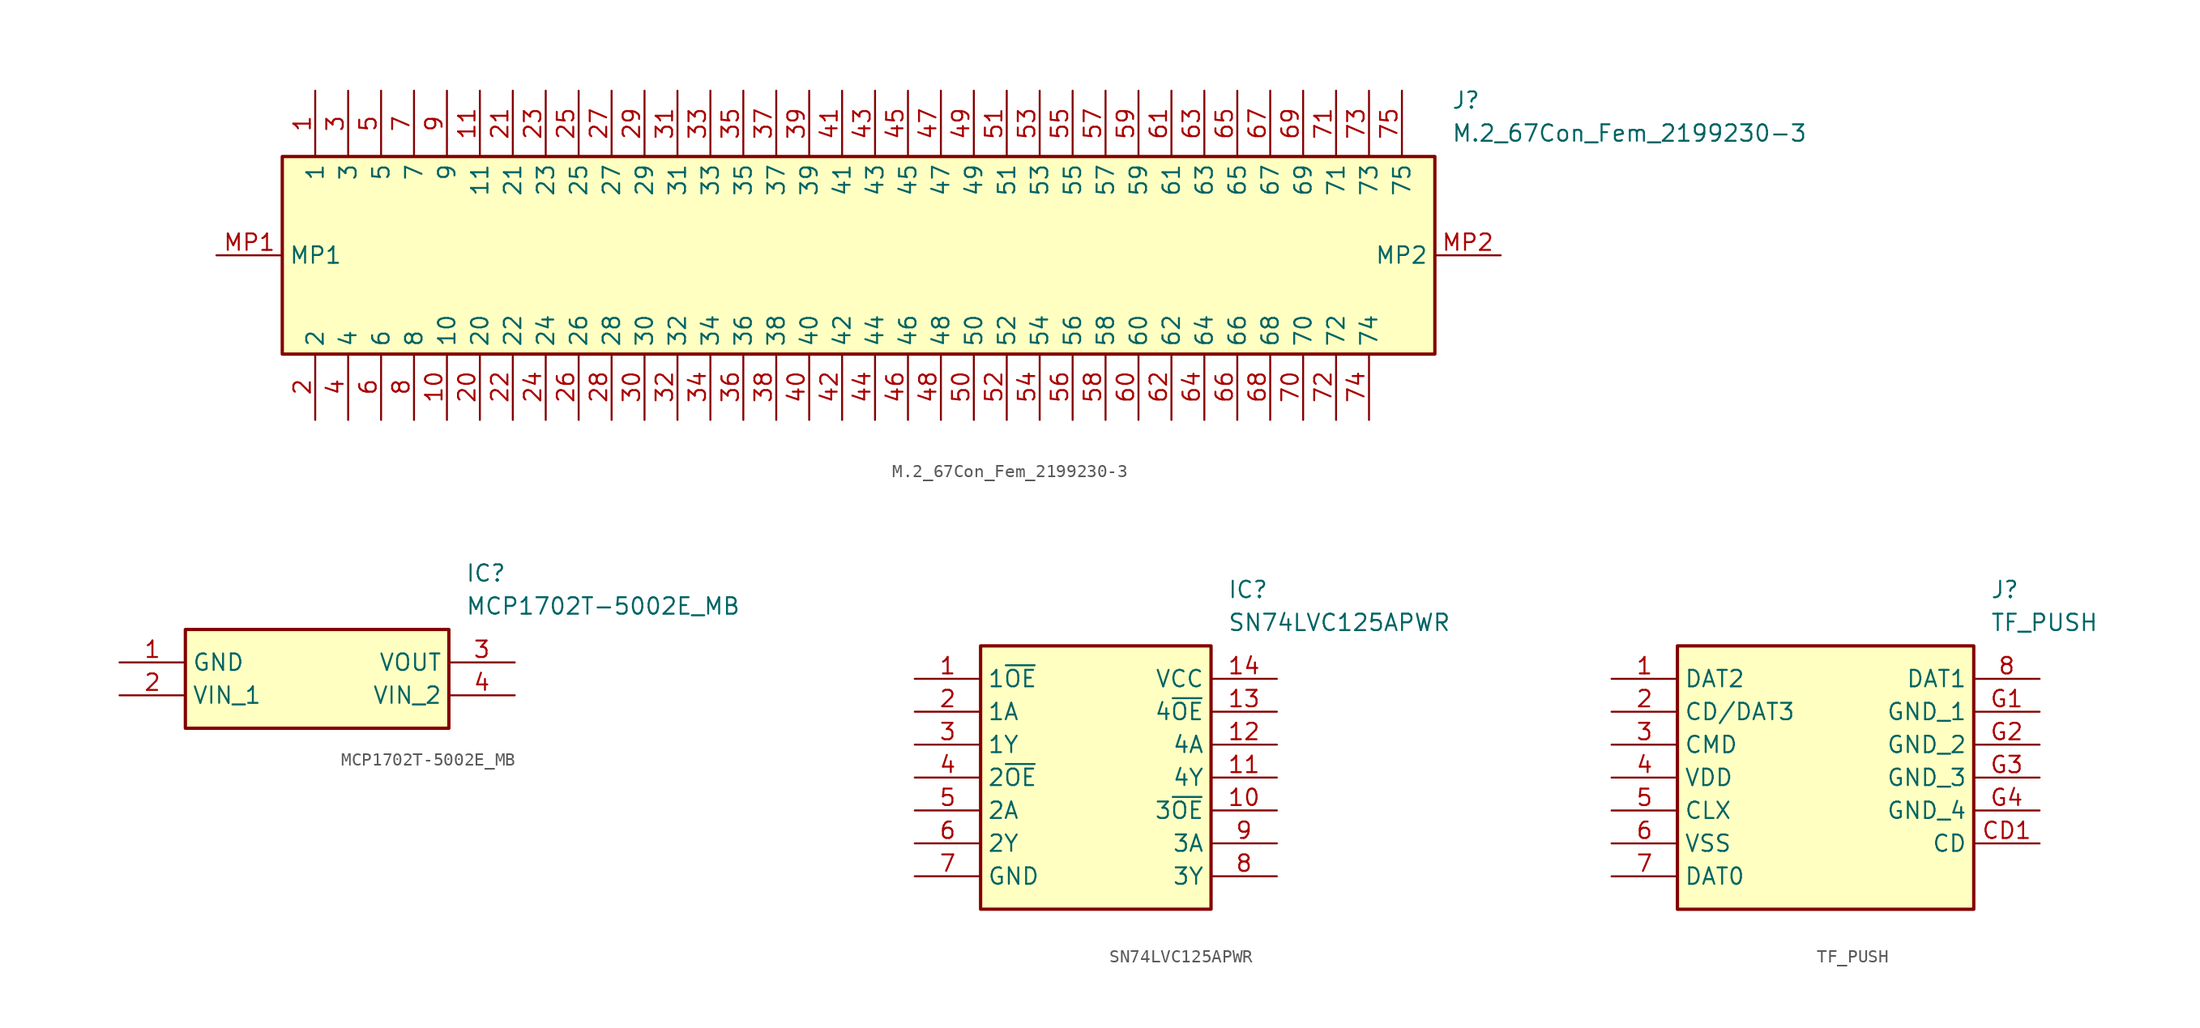
<source format=kicad_sym>
(kicad_symbol_lib
  (version 20231120)
  (generator "kicad_symbol_editor")
  (generator_version "8.0")
  (symbol "M.2_67Con_Fem_2199230-3"
    (property "Reference" "J"
      (at 95.25 12.7 0)
      (effects (font (size 1.27 1.27)) (justify left top)))
    (property "Value" "M.2_67Con_Fem_2199230-3"
      (at 95.25 10.16 0)
      (effects (font (size 1.27 1.27)) (justify left top)))
    (symbol "M.2_67Con_Fem_2199230-3_1_1"
      (rectangle (start 5.08 7.62) (end 93.98 -7.62) (stroke (width 0.254) (type default)) (fill (type background)))
      (pin passive line (at 7.62 12.7 270) (length 5.08) (name "1" (effects (font (size 1.27 1.27)))) (number "1" (effects (font (size 1.27 1.27)))))
      (pin passive line (at 17.78 -12.7 90) (length 5.08) (name "10" (effects (font (size 1.27 1.27)))) (number "10" (effects (font (size 1.27 1.27)))))
      (pin passive line (at 20.32 12.7 270) (length 5.08) (name "11" (effects (font (size 1.27 1.27)))) (number "11" (effects (font (size 1.27 1.27)))))
      (pin passive line (at 7.62 -12.7 90) (length 5.08) (name "2" (effects (font (size 1.27 1.27)))) (number "2" (effects (font (size 1.27 1.27)))))
      (pin passive line (at 20.32 -12.7 90) (length 5.08) (name "20" (effects (font (size 1.27 1.27)))) (number "20" (effects (font (size 1.27 1.27)))))
      (pin passive line (at 22.86 12.7 270) (length 5.08) (name "21" (effects (font (size 1.27 1.27)))) (number "21" (effects (font (size 1.27 1.27)))))
      (pin passive line (at 22.86 -12.7 90) (length 5.08) (name "22" (effects (font (size 1.27 1.27)))) (number "22" (effects (font (size 1.27 1.27)))))
      (pin passive line (at 25.4 12.7 270) (length 5.08) (name "23" (effects (font (size 1.27 1.27)))) (number "23" (effects (font (size 1.27 1.27)))))
      (pin passive line (at 25.4 -12.7 90) (length 5.08) (name "24" (effects (font (size 1.27 1.27)))) (number "24" (effects (font (size 1.27 1.27)))))
      (pin passive line (at 27.94 12.7 270) (length 5.08) (name "25" (effects (font (size 1.27 1.27)))) (number "25" (effects (font (size 1.27 1.27)))))
      (pin passive line (at 27.94 -12.7 90) (length 5.08) (name "26" (effects (font (size 1.27 1.27)))) (number "26" (effects (font (size 1.27 1.27)))))
      (pin passive line (at 30.48 12.7 270) (length 5.08) (name "27" (effects (font (size 1.27 1.27)))) (number "27" (effects (font (size 1.27 1.27)))))
      (pin passive line (at 30.48 -12.7 90) (length 5.08) (name "28" (effects (font (size 1.27 1.27)))) (number "28" (effects (font (size 1.27 1.27)))))
      (pin passive line (at 33.02 12.7 270) (length 5.08) (name "29" (effects (font (size 1.27 1.27)))) (number "29" (effects (font (size 1.27 1.27)))))
      (pin passive line (at 10.16 12.7 270) (length 5.08) (name "3" (effects (font (size 1.27 1.27)))) (number "3" (effects (font (size 1.27 1.27)))))
      (pin passive line (at 33.02 -12.7 90) (length 5.08) (name "30" (effects (font (size 1.27 1.27)))) (number "30" (effects (font (size 1.27 1.27)))))
      (pin passive line (at 35.56 12.7 270) (length 5.08) (name "31" (effects (font (size 1.27 1.27)))) (number "31" (effects (font (size 1.27 1.27)))))
      (pin passive line (at 35.56 -12.7 90) (length 5.08) (name "32" (effects (font (size 1.27 1.27)))) (number "32" (effects (font (size 1.27 1.27)))))
      (pin passive line (at 38.1 12.7 270) (length 5.08) (name "33" (effects (font (size 1.27 1.27)))) (number "33" (effects (font (size 1.27 1.27)))))
      (pin passive line (at 38.1 -12.7 90) (length 5.08) (name "34" (effects (font (size 1.27 1.27)))) (number "34" (effects (font (size 1.27 1.27)))))
      (pin passive line (at 40.64 12.7 270) (length 5.08) (name "35" (effects (font (size 1.27 1.27)))) (number "35" (effects (font (size 1.27 1.27)))))
      (pin passive line (at 40.64 -12.7 90) (length 5.08) (name "36" (effects (font (size 1.27 1.27)))) (number "36" (effects (font (size 1.27 1.27)))))
      (pin passive line (at 43.18 12.7 270) (length 5.08) (name "37" (effects (font (size 1.27 1.27)))) (number "37" (effects (font (size 1.27 1.27)))))
      (pin passive line (at 43.18 -12.7 90) (length 5.08) (name "38" (effects (font (size 1.27 1.27)))) (number "38" (effects (font (size 1.27 1.27)))))
      (pin passive line (at 45.72 12.7 270) (length 5.08) (name "39" (effects (font (size 1.27 1.27)))) (number "39" (effects (font (size 1.27 1.27)))))
      (pin passive line (at 10.16 -12.7 90) (length 5.08) (name "4" (effects (font (size 1.27 1.27)))) (number "4" (effects (font (size 1.27 1.27)))))
      (pin passive line (at 45.72 -12.7 90) (length 5.08) (name "40" (effects (font (size 1.27 1.27)))) (number "40" (effects (font (size 1.27 1.27)))))
      (pin passive line (at 48.26 12.7 270) (length 5.08) (name "41" (effects (font (size 1.27 1.27)))) (number "41" (effects (font (size 1.27 1.27)))))
      (pin passive line (at 48.26 -12.7 90) (length 5.08) (name "42" (effects (font (size 1.27 1.27)))) (number "42" (effects (font (size 1.27 1.27)))))
      (pin passive line (at 50.8 12.7 270) (length 5.08) (name "43" (effects (font (size 1.27 1.27)))) (number "43" (effects (font (size 1.27 1.27)))))
      (pin passive line (at 50.8 -12.7 90) (length 5.08) (name "44" (effects (font (size 1.27 1.27)))) (number "44" (effects (font (size 1.27 1.27)))))
      (pin passive line (at 53.34 12.7 270) (length 5.08) (name "45" (effects (font (size 1.27 1.27)))) (number "45" (effects (font (size 1.27 1.27)))))
      (pin passive line (at 53.34 -12.7 90) (length 5.08) (name "46" (effects (font (size 1.27 1.27)))) (number "46" (effects (font (size 1.27 1.27)))))
      (pin passive line (at 55.88 12.7 270) (length 5.08) (name "47" (effects (font (size 1.27 1.27)))) (number "47" (effects (font (size 1.27 1.27)))))
      (pin passive line (at 55.88 -12.7 90) (length 5.08) (name "48" (effects (font (size 1.27 1.27)))) (number "48" (effects (font (size 1.27 1.27)))))
      (pin passive line (at 58.42 12.7 270) (length 5.08) (name "49" (effects (font (size 1.27 1.27)))) (number "49" (effects (font (size 1.27 1.27)))))
      (pin passive line (at 12.7 12.7 270) (length 5.08) (name "5" (effects (font (size 1.27 1.27)))) (number "5" (effects (font (size 1.27 1.27)))))
      (pin passive line (at 58.42 -12.7 90) (length 5.08) (name "50" (effects (font (size 1.27 1.27)))) (number "50" (effects (font (size 1.27 1.27)))))
      (pin passive line (at 60.96 12.7 270) (length 5.08) (name "51" (effects (font (size 1.27 1.27)))) (number "51" (effects (font (size 1.27 1.27)))))
      (pin passive line (at 60.96 -12.7 90) (length 5.08) (name "52" (effects (font (size 1.27 1.27)))) (number "52" (effects (font (size 1.27 1.27)))))
      (pin passive line (at 63.5 12.7 270) (length 5.08) (name "53" (effects (font (size 1.27 1.27)))) (number "53" (effects (font (size 1.27 1.27)))))
      (pin passive line (at 63.5 -12.7 90) (length 5.08) (name "54" (effects (font (size 1.27 1.27)))) (number "54" (effects (font (size 1.27 1.27)))))
      (pin passive line (at 66.04 12.7 270) (length 5.08) (name "55" (effects (font (size 1.27 1.27)))) (number "55" (effects (font (size 1.27 1.27)))))
      (pin passive line (at 66.04 -12.7 90) (length 5.08) (name "56" (effects (font (size 1.27 1.27)))) (number "56" (effects (font (size 1.27 1.27)))))
      (pin passive line (at 68.58 12.7 270) (length 5.08) (name "57" (effects (font (size 1.27 1.27)))) (number "57" (effects (font (size 1.27 1.27)))))
      (pin passive line (at 68.58 -12.7 90) (length 5.08) (name "58" (effects (font (size 1.27 1.27)))) (number "58" (effects (font (size 1.27 1.27)))))
      (pin passive line (at 71.12 12.7 270) (length 5.08) (name "59" (effects (font (size 1.27 1.27)))) (number "59" (effects (font (size 1.27 1.27)))))
      (pin passive line (at 12.7 -12.7 90) (length 5.08) (name "6" (effects (font (size 1.27 1.27)))) (number "6" (effects (font (size 1.27 1.27)))))
      (pin passive line (at 71.12 -12.7 90) (length 5.08) (name "60" (effects (font (size 1.27 1.27)))) (number "60" (effects (font (size 1.27 1.27)))))
      (pin passive line (at 73.66 12.7 270) (length 5.08) (name "61" (effects (font (size 1.27 1.27)))) (number "61" (effects (font (size 1.27 1.27)))))
      (pin passive line (at 73.66 -12.7 90) (length 5.08) (name "62" (effects (font (size 1.27 1.27)))) (number "62" (effects (font (size 1.27 1.27)))))
      (pin passive line (at 76.2 12.7 270) (length 5.08) (name "63" (effects (font (size 1.27 1.27)))) (number "63" (effects (font (size 1.27 1.27)))))
      (pin passive line (at 76.2 -12.7 90) (length 5.08) (name "64" (effects (font (size 1.27 1.27)))) (number "64" (effects (font (size 1.27 1.27)))))
      (pin passive line (at 78.74 12.7 270) (length 5.08) (name "65" (effects (font (size 1.27 1.27)))) (number "65" (effects (font (size 1.27 1.27)))))
      (pin passive line (at 78.74 -12.7 90) (length 5.08) (name "66" (effects (font (size 1.27 1.27)))) (number "66" (effects (font (size 1.27 1.27)))))
      (pin passive line (at 81.28 12.7 270) (length 5.08) (name "67" (effects (font (size 1.27 1.27)))) (number "67" (effects (font (size 1.27 1.27)))))
      (pin passive line (at 81.28 -12.7 90) (length 5.08) (name "68" (effects (font (size 1.27 1.27)))) (number "68" (effects (font (size 1.27 1.27)))))
      (pin passive line (at 83.82 12.7 270) (length 5.08) (name "69" (effects (font (size 1.27 1.27)))) (number "69" (effects (font (size 1.27 1.27)))))
      (pin passive line (at 15.24 12.7 270) (length 5.08) (name "7" (effects (font (size 1.27 1.27)))) (number "7" (effects (font (size 1.27 1.27)))))
      (pin passive line (at 83.82 -12.7 90) (length 5.08) (name "70" (effects (font (size 1.27 1.27)))) (number "70" (effects (font (size 1.27 1.27)))))
      (pin passive line (at 86.36 12.7 270) (length 5.08) (name "71" (effects (font (size 1.27 1.27)))) (number "71" (effects (font (size 1.27 1.27)))))
      (pin passive line (at 86.36 -12.7 90) (length 5.08) (name "72" (effects (font (size 1.27 1.27)))) (number "72" (effects (font (size 1.27 1.27)))))
      (pin passive line (at 88.9 12.7 270) (length 5.08) (name "73" (effects (font (size 1.27 1.27)))) (number "73" (effects (font (size 1.27 1.27)))))
      (pin passive line (at 88.9 -12.7 90) (length 5.08) (name "74" (effects (font (size 1.27 1.27)))) (number "74" (effects (font (size 1.27 1.27)))))
      (pin passive line (at 91.44 12.7 270) (length 5.08) (name "75" (effects (font (size 1.27 1.27)))) (number "75" (effects (font (size 1.27 1.27)))))
      (pin passive line (at 15.24 -12.7 90) (length 5.08) (name "8" (effects (font (size 1.27 1.27)))) (number "8" (effects (font (size 1.27 1.27)))))
      (pin passive line (at 17.78 12.7 270) (length 5.08) (name "9" (effects (font (size 1.27 1.27)))) (number "9" (effects (font (size 1.27 1.27)))))
      (pin passive line (at 0 0 0) (length 5.08) (name "MP1" (effects (font (size 1.27 1.27)))) (number "MP1" (effects (font (size 1.27 1.27)))))
      (pin passive line (at 99.06 0 180) (length 5.08) (name "MP2" (effects (font (size 1.27 1.27)))) (number "MP2" (effects (font (size 1.27 1.27)))))))
  (symbol "MCP1702T-5002E_MB"
    (property "Reference" "IC"
      (at 26.67 7.62 0)
      (effects (font (size 1.27 1.27)) (justify left top)))
    (property "Value" "MCP1702T-5002E_MB"
      (at 26.67 5.08 0)
      (effects (font (size 1.27 1.27)) (justify left top)))
    (symbol "MCP1702T-5002E_MB_1_1"
      (rectangle (start 5.08 2.54) (end 25.4 -5.08) (stroke (width 0.254) (type default)) (fill (type background)))
      (pin passive line (at 0 0 0) (length 5.08) (name "GND" (effects (font (size 1.27 1.27)))) (number "1" (effects (font (size 1.27 1.27)))))
      (pin passive line (at 0 -2.54 0) (length 5.08) (name "VIN_1" (effects (font (size 1.27 1.27)))) (number "2" (effects (font (size 1.27 1.27)))))
      (pin passive line (at 30.48 0 180) (length 5.08) (name "VOUT" (effects (font (size 1.27 1.27)))) (number "3" (effects (font (size 1.27 1.27)))))
      (pin passive line (at 30.48 -2.54 180) (length 5.08) (name "VIN_2" (effects (font (size 1.27 1.27)))) (number "4" (effects (font (size 1.27 1.27)))))))
  (symbol "SN74LVC125APWR"
    (property "Reference" "IC"
      (at 24.13 7.62 0)
      (effects (font (size 1.27 1.27)) (justify left top)))
    (property "Value" "SN74LVC125APWR"
      (at 24.13 5.08 0)
      (effects (font (size 1.27 1.27)) (justify left top)))
    (symbol "SN74LVC125APWR_1_1"
      (rectangle (start 5.08 2.54) (end 22.86 -17.78) (stroke (width 0.254) (type default)) (fill (type background)))
      (pin passive line (at 0 0 0) (length 5.08) (name "1~{OE}" (effects (font (size 1.27 1.27)))) (number "1" (effects (font (size 1.27 1.27)))))
      (pin passive line (at 27.94 -10.16 180) (length 5.08) (name "3~{OE}" (effects (font (size 1.27 1.27)))) (number "10" (effects (font (size 1.27 1.27)))))
      (pin passive line (at 27.94 -7.62 180) (length 5.08) (name "4Y" (effects (font (size 1.27 1.27)))) (number "11" (effects (font (size 1.27 1.27)))))
      (pin passive line (at 27.94 -5.08 180) (length 5.08) (name "4A" (effects (font (size 1.27 1.27)))) (number "12" (effects (font (size 1.27 1.27)))))
      (pin passive line (at 27.94 -2.54 180) (length 5.08) (name "4~{OE}" (effects (font (size 1.27 1.27)))) (number "13" (effects (font (size 1.27 1.27)))))
      (pin passive line (at 27.94 0 180) (length 5.08) (name "VCC" (effects (font (size 1.27 1.27)))) (number "14" (effects (font (size 1.27 1.27)))))
      (pin passive line (at 0 -2.54 0) (length 5.08) (name "1A" (effects (font (size 1.27 1.27)))) (number "2" (effects (font (size 1.27 1.27)))))
      (pin passive line (at 0 -5.08 0) (length 5.08) (name "1Y" (effects (font (size 1.27 1.27)))) (number "3" (effects (font (size 1.27 1.27)))))
      (pin passive line (at 0 -7.62 0) (length 5.08) (name "2~{OE}" (effects (font (size 1.27 1.27)))) (number "4" (effects (font (size 1.27 1.27)))))
      (pin passive line (at 0 -10.16 0) (length 5.08) (name "2A" (effects (font (size 1.27 1.27)))) (number "5" (effects (font (size 1.27 1.27)))))
      (pin passive line (at 0 -12.7 0) (length 5.08) (name "2Y" (effects (font (size 1.27 1.27)))) (number "6" (effects (font (size 1.27 1.27)))))
      (pin passive line (at 0 -15.24 0) (length 5.08) (name "GND" (effects (font (size 1.27 1.27)))) (number "7" (effects (font (size 1.27 1.27)))))
      (pin passive line (at 27.94 -15.24 180) (length 5.08) (name "3Y" (effects (font (size 1.27 1.27)))) (number "8" (effects (font (size 1.27 1.27)))))
      (pin passive line (at 27.94 -12.7 180) (length 5.08) (name "3A" (effects (font (size 1.27 1.27)))) (number "9" (effects (font (size 1.27 1.27)))))))
  (symbol "TF_PUSH"
    (property "Reference" "J"
      (at 29.21 7.62 0)
      (effects (font (size 1.27 1.27)) (justify left top)))
    (property "Value" "TF_PUSH"
      (at 29.21 5.08 0)
      (effects (font (size 1.27 1.27)) (justify left top)))
    (symbol "TF_PUSH_1_1"
      (rectangle (start 5.08 2.54) (end 27.94 -17.78) (stroke (width 0.254) (type default)) (fill (type background)))
      (pin passive line (at 0 0 0) (length 5.08) (name "DAT2" (effects (font (size 1.27 1.27)))) (number "1" (effects (font (size 1.27 1.27)))))
      (pin passive line (at 0 -2.54 0) (length 5.08) (name "CD/DAT3" (effects (font (size 1.27 1.27)))) (number "2" (effects (font (size 1.27 1.27)))))
      (pin passive line (at 0 -5.08 0) (length 5.08) (name "CMD" (effects (font (size 1.27 1.27)))) (number "3" (effects (font (size 1.27 1.27)))))
      (pin passive line (at 0 -7.62 0) (length 5.08) (name "VDD" (effects (font (size 1.27 1.27)))) (number "4" (effects (font (size 1.27 1.27)))))
      (pin passive line (at 0 -10.16 0) (length 5.08) (name "CLX" (effects (font (size 1.27 1.27)))) (number "5" (effects (font (size 1.27 1.27)))))
      (pin passive line (at 0 -12.7 0) (length 5.08) (name "VSS" (effects (font (size 1.27 1.27)))) (number "6" (effects (font (size 1.27 1.27)))))
      (pin passive line (at 0 -15.24 0) (length 5.08) (name "DAT0" (effects (font (size 1.27 1.27)))) (number "7" (effects (font (size 1.27 1.27)))))
      (pin passive line (at 33.02 0 180) (length 5.08) (name "DAT1" (effects (font (size 1.27 1.27)))) (number "8" (effects (font (size 1.27 1.27)))))
      (pin passive line (at 33.02 -12.7 180) (length 5.08) (name "CD" (effects (font (size 1.27 1.27)))) (number "CD1" (effects (font (size 1.27 1.27)))))
      (pin passive line (at 33.02 -2.54 180) (length 5.08) (name "GND_1" (effects (font (size 1.27 1.27)))) (number "G1" (effects (font (size 1.27 1.27)))))
      (pin passive line (at 33.02 -5.08 180) (length 5.08) (name "GND_2" (effects (font (size 1.27 1.27)))) (number "G2" (effects (font (size 1.27 1.27)))))
      (pin passive line (at 33.02 -7.62 180) (length 5.08) (name "GND_3" (effects (font (size 1.27 1.27)))) (number "G3" (effects (font (size 1.27 1.27)))))
      (pin passive line (at 33.02 -10.16 180) (length 5.08) (name "GND_4" (effects (font (size 1.27 1.27)))) (number "G4" (effects (font (size 1.27 1.27))))))))
</source>
